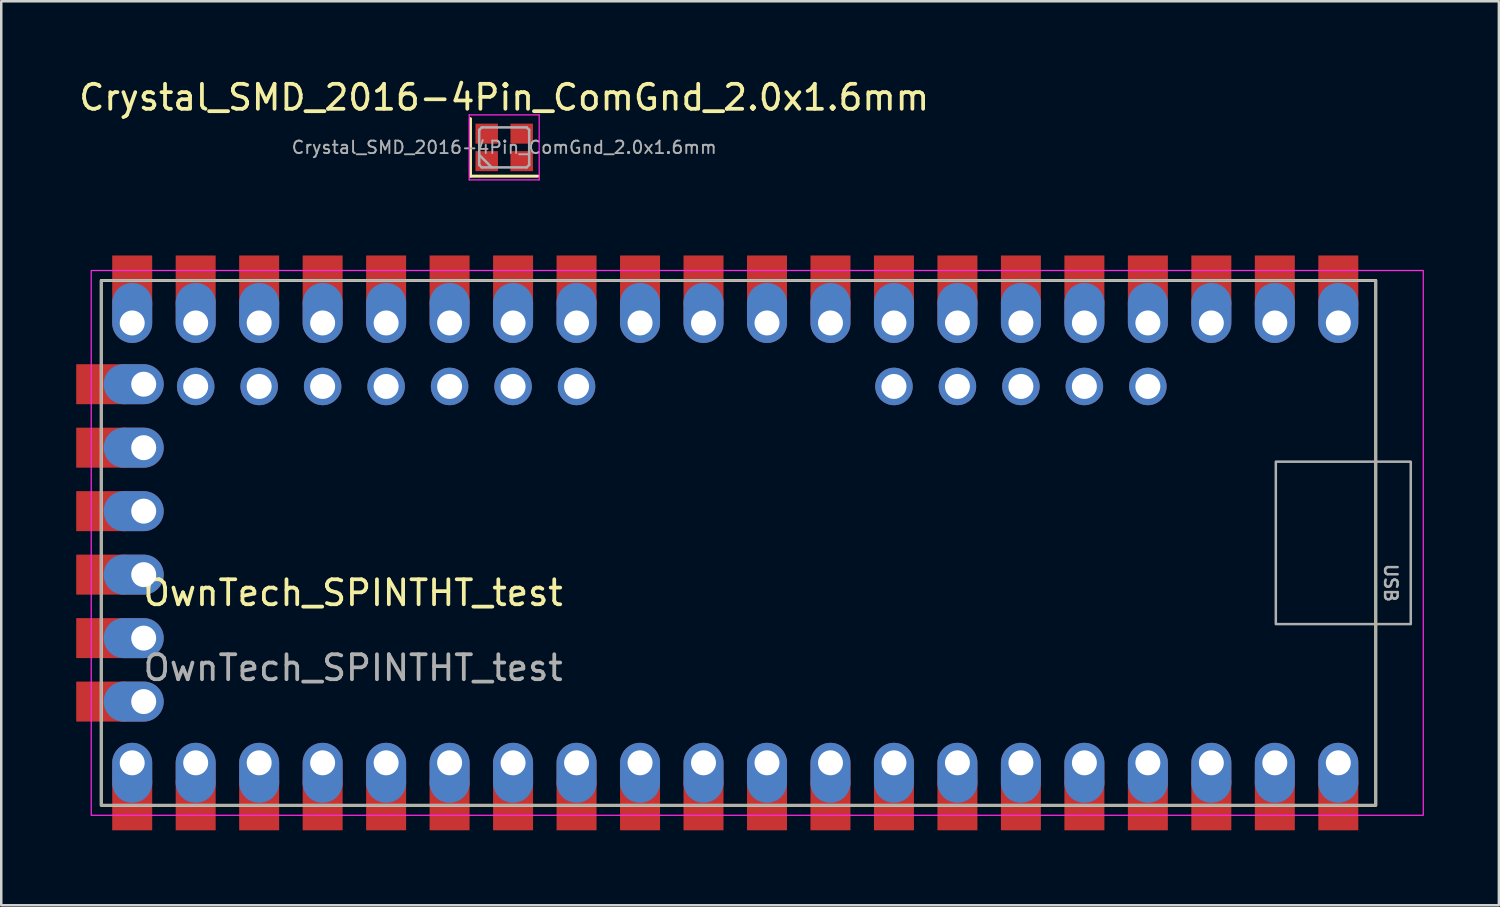
<source format=kicad_pcb>
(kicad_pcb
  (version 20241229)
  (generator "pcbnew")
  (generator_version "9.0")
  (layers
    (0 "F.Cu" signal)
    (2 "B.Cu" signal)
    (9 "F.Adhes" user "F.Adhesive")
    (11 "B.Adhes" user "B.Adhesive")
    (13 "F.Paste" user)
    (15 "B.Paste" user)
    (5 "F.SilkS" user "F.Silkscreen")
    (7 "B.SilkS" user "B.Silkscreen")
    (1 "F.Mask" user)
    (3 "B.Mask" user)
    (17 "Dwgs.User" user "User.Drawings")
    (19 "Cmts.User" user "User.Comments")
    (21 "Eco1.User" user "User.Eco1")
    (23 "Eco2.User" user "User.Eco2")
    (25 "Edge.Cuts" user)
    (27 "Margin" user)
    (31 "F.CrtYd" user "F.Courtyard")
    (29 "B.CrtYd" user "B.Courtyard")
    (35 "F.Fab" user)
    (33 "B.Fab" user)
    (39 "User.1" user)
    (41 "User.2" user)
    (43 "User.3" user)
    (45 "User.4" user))
  (footprint "OwnTech_SPINTHT_test"
    (layer "F.Cu")
    (at 1 8.173)
    (property "Reference" "OwnTech_SPINTHT_test" (at 10.08 12.5 0) (unlocked yes) (layer "F.SilkS") (effects (font (size 1 1) (thickness 0.15))))
    (attr smd)
    (fp_rect (start 0 0) (end 51 21) (stroke (width 0.12) (type solid)) (fill no) (layer "F.SilkS"))
    (fp_rect (start -0.4 -0.4) (end 52.9 21.4) (stroke (width 0.05) (type solid)) (fill no) (layer "F.CrtYd"))
    (fp_rect (start 0 0) (end 51 21) (stroke (width 0.1) (type solid)) (fill no) (layer "F.Fab"))
    (fp_rect (start 47 7.25) (end 52.4 13.75) (stroke (width 0.1) (type solid)) (fill no) (layer "F.Fab"))
    (fp_text user "${REFERENCE}" (at 10.08 15.5 0) (unlocked yes) (layer "F.Fab") (effects (font (size 1 1) (thickness 0.15))))
    (fp_text user "USB" (at 51.6 12.1 270) (unlocked yes) (layer "F.Fab") (effects (font (size 0.5 0.5) (thickness 0.1))))
    (pad "1" smd rect (at 49.5 0) (size 1.6 2) (layers "F.Cu" "F.Mask" "F.Paste"))
    (pad "1" thru_hole oval (at 49.5 1.7) (size 1.6 2.4) (drill 1 (offset 0 -0.4)) (layers "*.Cu" "*.Mask"))
    (pad "2" smd rect (at 46.96 0) (size 1.6 2) (layers "F.Cu" "F.Mask" "F.Paste"))
    (pad "2" thru_hole oval (at 46.96 1.7) (size 1.6 2.4) (drill 1 (offset 0 -0.4)) (layers "*.Cu" "*.Mask"))
    (pad "3" smd rect (at 44.42 0) (size 1.6 2) (layers "F.Cu" "F.Mask" "F.Paste"))
    (pad "3" thru_hole oval (at 44.42 1.7) (size 1.6 2.4) (drill 1 (offset 0 -0.4)) (layers "*.Cu" "*.Mask"))
    (pad "4" smd rect (at 41.88 0) (size 1.6 2) (layers "F.Cu" "F.Mask" "F.Paste"))
    (pad "4" thru_hole oval (at 41.88 1.7) (size 1.6 2.4) (drill 1 (offset 0 -0.4)) (layers "*.Cu" "*.Mask"))
    (pad "5" smd rect (at 39.34 0) (size 1.6 2) (layers "F.Cu" "F.Mask" "F.Paste"))
    (pad "5" thru_hole oval (at 39.34 1.7) (size 1.6 2.4) (drill 1 (offset 0 -0.4)) (layers "*.Cu" "*.Mask"))
    (pad "6" smd rect (at 36.8 0) (size 1.6 2) (layers "F.Cu" "F.Mask" "F.Paste"))
    (pad "6" thru_hole oval (at 36.8 1.7) (size 1.6 2.4) (drill 1 (offset 0 -0.4)) (layers "*.Cu" "*.Mask"))
    (pad "7" smd rect (at 34.26 0) (size 1.6 2) (layers "F.Cu" "F.Mask" "F.Paste"))
    (pad "7" thru_hole oval (at 34.26 1.7) (size 1.6 2.4) (drill 1 (offset 0 -0.4)) (layers "*.Cu" "*.Mask"))
    (pad "8" smd rect (at 31.72 0) (size 1.6 2) (layers "F.Cu" "F.Mask" "F.Paste"))
    (pad "8" thru_hole oval (at 31.72 1.7) (size 1.6 2.4) (drill 1 (offset 0 -0.4)) (layers "*.Cu" "*.Mask"))
    (pad "9" smd rect (at 29.18 0) (size 1.6 2) (layers "F.Cu" "F.Mask" "F.Paste"))
    (pad "9" thru_hole oval (at 29.18 1.7) (size 1.6 2.4) (drill 1 (offset 0 -0.4)) (layers "*.Cu" "*.Mask"))
    (pad "10" smd rect (at 26.64 0) (size 1.6 2) (layers "F.Cu" "F.Mask" "F.Paste"))
    (pad "10" thru_hole oval (at 26.64 1.7) (size 1.6 2.4) (drill 1 (offset 0 -0.4)) (layers "*.Cu" "*.Mask"))
    (pad "11" smd rect (at 24.1 0) (size 1.6 2) (layers "F.Cu" "F.Mask" "F.Paste"))
    (pad "11" thru_hole oval (at 24.1 1.7) (size 1.6 2.4) (drill 1 (offset 0 -0.4)) (layers "*.Cu" "*.Mask"))
    (pad "12" smd rect (at 21.56 0) (size 1.6 2) (layers "F.Cu" "F.Mask" "F.Paste"))
    (pad "12" thru_hole oval (at 21.56 1.7) (size 1.6 2.4) (drill 1 (offset 0 -0.4)) (layers "*.Cu" "*.Mask"))
    (pad "13" smd rect (at 19.02 0) (size 1.6 2) (layers "F.Cu" "F.Mask" "F.Paste"))
    (pad "13" thru_hole oval (at 19.02 1.7) (size 1.6 2.4) (drill 1 (offset 0 -0.4)) (layers "*.Cu" "*.Mask"))
    (pad "14" smd rect (at 16.48 0) (size 1.6 2) (layers "F.Cu" "F.Mask" "F.Paste"))
    (pad "14" thru_hole oval (at 16.48 1.7) (size 1.6 2.4) (drill 1 (offset 0 -0.4)) (layers "*.Cu" "*.Mask"))
    (pad "15" smd rect (at 13.94 0) (size 1.6 2) (layers "F.Cu" "F.Mask" "F.Paste"))
    (pad "15" thru_hole oval (at 13.94 1.7) (size 1.6 2.4) (drill 1 (offset 0 -0.4)) (layers "*.Cu" "*.Mask"))
    (pad "16" smd rect (at 11.4 0) (size 1.6 2) (layers "F.Cu" "F.Mask" "F.Paste"))
    (pad "16" thru_hole oval (at 11.4 1.7) (size 1.6 2.4) (drill 1 (offset 0 -0.4)) (layers "*.Cu" "*.Mask"))
    (pad "17" smd rect (at 8.86 0) (size 1.6 2) (layers "F.Cu" "F.Mask" "F.Paste"))
    (pad "17" thru_hole oval (at 8.86 1.7) (size 1.6 2.4) (drill 1 (offset 0 -0.4)) (layers "*.Cu" "*.Mask"))
    (pad "18" smd rect (at 6.32 0) (size 1.6 2) (layers "F.Cu" "F.Mask" "F.Paste"))
    (pad "18" thru_hole oval (at 6.32 1.7) (size 1.6 2.4) (drill 1 (offset 0 -0.4)) (layers "*.Cu" "*.Mask"))
    (pad "19" smd rect (at 3.78 0) (size 1.6 2) (layers "F.Cu" "F.Mask" "F.Paste"))
    (pad "19" thru_hole oval (at 3.78 1.7) (size 1.6 2.4) (drill 1 (offset 0 -0.4)) (layers "*.Cu" "*.Mask"))
    (pad "20" smd rect (at 1.24 0) (size 1.6 2) (layers "F.Cu" "F.Mask" "F.Paste"))
    (pad "20" thru_hole oval (at 1.24 1.7) (size 1.6 2.4) (drill 1 (offset 0 -0.4)) (layers "*.Cu" "*.Mask"))
    (pad "21" smd rect (at 0 4.15 90) (size 1.6 2) (layers "F.Cu" "F.Mask" "F.Paste"))
    (pad "21" thru_hole oval (at 1.7 4.15 90) (size 1.6 2.4) (drill 1 (offset 0 -0.4)) (layers "*.Cu" "*.Mask"))
    (pad "22" smd rect (at 0 6.69 90) (size 1.6 2) (layers "F.Cu" "F.Mask" "F.Paste"))
    (pad "22" thru_hole oval (at 1.7 6.69 90) (size 1.6 2.4) (drill 1 (offset 0 -0.4)) (layers "*.Cu" "*.Mask"))
    (pad "23" smd rect (at 0 9.23 90) (size 1.6 2) (layers "F.Cu" "F.Mask" "F.Paste"))
    (pad "23" thru_hole oval (at 1.7 9.23 90) (size 1.6 2.4) (drill 1 (offset 0 -0.4)) (layers "*.Cu" "*.Mask"))
    (pad "24" smd rect (at 0 11.77 90) (size 1.6 2) (layers "F.Cu" "F.Mask" "F.Paste"))
    (pad "24" thru_hole oval (at 1.7 11.77 90) (size 1.6 2.4) (drill 1 (offset 0 -0.4)) (layers "*.Cu" "*.Mask"))
    (pad "25" smd rect (at 0 14.31 90) (size 1.6 2) (layers "F.Cu" "F.Mask" "F.Paste"))
    (pad "25" thru_hole oval (at 1.7 14.31 90) (size 1.6 2.4) (drill 1 (offset 0 -0.4)) (layers "*.Cu" "*.Mask"))
    (pad "26" smd rect (at 0 16.85 90) (size 1.6 2) (layers "F.Cu" "F.Mask" "F.Paste"))
    (pad "26" thru_hole oval (at 1.7 16.85 90) (size 1.6 2.4) (drill 1 (offset 0 -0.4)) (layers "*.Cu" "*.Mask"))
    (pad "27" thru_hole oval (at 1.24 19.3 180) (size 1.6 2.4) (drill 1 (offset 0 -0.4)) (layers "*.Cu" "*.Mask"))
    (pad "27" smd rect (at 1.24 21 180) (size 1.6 2) (layers "F.Cu" "F.Mask" "F.Paste"))
    (pad "28" thru_hole oval (at 3.78 19.3 180) (size 1.6 2.4) (drill 1 (offset 0 -0.4)) (layers "*.Cu" "*.Mask"))
    (pad "28" smd rect (at 3.78 21 180) (size 1.6 2) (layers "F.Cu" "F.Mask" "F.Paste"))
    (pad "29" thru_hole oval (at 6.32 19.3 180) (size 1.6 2.4) (drill 1 (offset 0 -0.4)) (layers "*.Cu" "*.Mask"))
    (pad "29" smd rect (at 6.32 21 180) (size 1.6 2) (layers "F.Cu" "F.Mask" "F.Paste"))
    (pad "30" thru_hole oval (at 8.86 19.3 180) (size 1.6 2.4) (drill 1 (offset 0 -0.4)) (layers "*.Cu" "*.Mask"))
    (pad "30" smd rect (at 8.86 21 180) (size 1.6 2) (layers "F.Cu" "F.Mask" "F.Paste"))
    (pad "31" thru_hole oval (at 11.4 19.3 180) (size 1.6 2.4) (drill 1 (offset 0 -0.4)) (layers "*.Cu" "*.Mask"))
    (pad "31" smd rect (at 11.4 21 180) (size 1.6 2) (layers "F.Cu" "F.Mask" "F.Paste"))
    (pad "32" thru_hole oval (at 13.94 19.3 180) (size 1.6 2.4) (drill 1 (offset 0 -0.4)) (layers "*.Cu" "*.Mask"))
    (pad "32" smd rect (at 13.94 21 180) (size 1.6 2) (layers "F.Cu" "F.Mask" "F.Paste"))
    (pad "33" thru_hole oval (at 16.48 19.3 180) (size 1.6 2.4) (drill 1 (offset 0 -0.4)) (layers "*.Cu" "*.Mask"))
    (pad "33" smd rect (at 16.48 21 180) (size 1.6 2) (layers "F.Cu" "F.Mask" "F.Paste"))
    (pad "34" thru_hole oval (at 19.02 19.3 180) (size 1.6 2.4) (drill 1 (offset 0 -0.4)) (layers "*.Cu" "*.Mask"))
    (pad "34" smd rect (at 19.02 21 180) (size 1.6 2) (layers "F.Cu" "F.Mask" "F.Paste"))
    (pad "35" thru_hole oval (at 21.56 19.3 180) (size 1.6 2.4) (drill 1 (offset 0 -0.4)) (layers "*.Cu" "*.Mask"))
    (pad "35" smd rect (at 21.56 21 180) (size 1.6 2) (layers "F.Cu" "F.Mask" "F.Paste"))
    (pad "36" thru_hole oval (at 24.1 19.3 180) (size 1.6 2.4) (drill 1 (offset 0 -0.4)) (layers "*.Cu" "*.Mask"))
    (pad "36" smd rect (at 24.1 21 180) (size 1.6 2) (layers "F.Cu" "F.Mask" "F.Paste"))
    (pad "37" thru_hole oval (at 26.64 19.3 180) (size 1.6 2.4) (drill 1 (offset 0 -0.4)) (layers "*.Cu" "*.Mask"))
    (pad "37" smd rect (at 26.64 21 180) (size 1.6 2) (layers "F.Cu" "F.Mask" "F.Paste"))
    (pad "38" thru_hole oval (at 29.18 19.3 180) (size 1.6 2.4) (drill 1 (offset 0 -0.4)) (layers "*.Cu" "*.Mask"))
    (pad "38" smd rect (at 29.18 21 180) (size 1.6 2) (layers "F.Cu" "F.Mask" "F.Paste"))
    (pad "39" thru_hole oval (at 31.72 19.3 180) (size 1.6 2.4) (drill 1 (offset 0 -0.4)) (layers "*.Cu" "*.Mask"))
    (pad "39" smd rect (at 31.72 21 180) (size 1.6 2) (layers "F.Cu" "F.Mask" "F.Paste"))
    (pad "40" thru_hole oval (at 34.26 19.3 180) (size 1.6 2.4) (drill 1 (offset 0 -0.4)) (layers "*.Cu" "*.Mask"))
    (pad "40" smd rect (at 34.26 21 180) (size 1.6 2) (layers "F.Cu" "F.Mask" "F.Paste"))
    (pad "41" thru_hole oval (at 36.8 19.3 180) (size 1.6 2.4) (drill 1 (offset 0 -0.4)) (layers "*.Cu" "*.Mask"))
    (pad "41" smd rect (at 36.8 21 180) (size 1.6 2) (layers "F.Cu" "F.Mask" "F.Paste"))
    (pad "42" thru_hole oval (at 39.34 19.3 180) (size 1.6 2.4) (drill 1 (offset 0 -0.4)) (layers "*.Cu" "*.Mask"))
    (pad "42" smd rect (at 39.34 21 180) (size 1.6 2) (layers "F.Cu" "F.Mask" "F.Paste"))
    (pad "43" thru_hole oval (at 41.88 19.3 180) (size 1.6 2.4) (drill 1 (offset 0 -0.4)) (layers "*.Cu" "*.Mask"))
    (pad "43" smd rect (at 41.88 21 180) (size 1.6 2) (layers "F.Cu" "F.Mask" "F.Paste"))
    (pad "44" thru_hole oval (at 44.42 19.3 180) (size 1.6 2.4) (drill 1 (offset 0 -0.4)) (layers "*.Cu" "*.Mask"))
    (pad "44" smd rect (at 44.42 21 180) (size 1.6 2) (layers "F.Cu" "F.Mask" "F.Paste"))
    (pad "45" thru_hole oval (at 46.96 19.3 180) (size 1.6 2.4) (drill 1 (offset 0 -0.4)) (layers "*.Cu" "*.Mask"))
    (pad "45" smd rect (at 46.96 21 180) (size 1.6 2) (layers "F.Cu" "F.Mask" "F.Paste"))
    (pad "46" thru_hole oval (at 49.5 19.3 180) (size 1.6 2.4) (drill 1 (offset 0 -0.4)) (layers "*.Cu" "*.Mask"))
    (pad "46" smd rect (at 49.5 21 180) (size 1.6 2) (layers "F.Cu" "F.Mask" "F.Paste"))
    (pad "47" thru_hole circle (at 41.88 4.24 270) (size 1.5 1.5) (drill 1) (layers "*.Cu" "*.Mask"))
    (pad "48" thru_hole circle (at 39.34 4.24 270) (size 1.5 1.5) (drill 1) (layers "*.Cu" "*.Mask"))
    (pad "49" thru_hole circle (at 36.8 4.24 270) (size 1.5 1.5) (drill 1) (layers "*.Cu" "*.Mask"))
    (pad "50" thru_hole circle (at 34.26 4.24 270) (size 1.5 1.5) (drill 1) (layers "*.Cu" "*.Mask"))
    (pad "51" thru_hole circle (at 31.72 4.24 270) (size 1.5 1.5) (drill 1) (layers "*.Cu" "*.Mask"))
    (pad "52" thru_hole circle (at 19.02 4.24 270) (size 1.5 1.5) (drill 1) (layers "*.Cu" "*.Mask"))
    (pad "53" thru_hole circle (at 16.48 4.24 270) (size 1.5 1.5) (drill 1) (layers "*.Cu" "*.Mask"))
    (pad "54" thru_hole circle (at 13.94 4.24 270) (size 1.5 1.5) (drill 1) (layers "*.Cu" "*.Mask"))
    (pad "55" thru_hole circle (at 11.4 4.24 270) (size 1.5 1.5) (drill 1) (layers "*.Cu" "*.Mask"))
    (pad "56" thru_hole circle (at 8.86 4.24 270) (size 1.5 1.5) (drill 1) (layers "*.Cu" "*.Mask"))
    (pad "57" thru_hole circle (at 6.32 4.24 270) (size 1.5 1.5) (drill 1) (layers "*.Cu" "*.Mask"))
    (pad "58" thru_hole circle (at 3.78 4.24 270) (size 1.5 1.5) (drill 1) (layers "*.Cu" "*.Mask")))
  (footprint "Crystal_SMD_2016-4Pin_ComGnd_2.0x1.6mm"
    (layer "F.Cu")
    (at 17.125 2.848)
    (property "Reference" "Crystal_SMD_2016-4Pin_ComGnd_2.0x1.6mm" (at 0 -2 0) (layer "F.SilkS") (effects (font (size 1 1) (thickness 0.15))))
    (attr smd)
    (fp_line (start -1.35 -1.15) (end -1.35 1.15) (stroke (width 0.12) (type solid)) (layer "F.SilkS"))
    (fp_line (start -1.35 1.15) (end 1.35 1.15) (stroke (width 0.12) (type solid)) (layer "F.SilkS"))
    (fp_line (start -1.4 -1.3) (end -1.4 1.3) (stroke (width 0.05) (type solid)) (layer "F.CrtYd"))
    (fp_line (start -1.4 1.3) (end 1.4 1.3) (stroke (width 0.05) (type solid)) (layer "F.CrtYd"))
    (fp_line (start 1.4 -1.3) (end -1.4 -1.3) (stroke (width 0.05) (type solid)) (layer "F.CrtYd"))
    (fp_line (start 1.4 1.3) (end 1.4 -1.3) (stroke (width 0.05) (type solid)) (layer "F.CrtYd"))
    (fp_line (start -1 -0.7) (end -0.9 -0.8) (stroke (width 0.1) (type solid)) (layer "F.Fab"))
    (fp_line (start -1 0.3) (end -0.5 0.8) (stroke (width 0.1) (type solid)) (layer "F.Fab"))
    (fp_line (start -1 0.7) (end -1 -0.7) (stroke (width 0.1) (type solid)) (layer "F.Fab"))
    (fp_line (start -0.9 -0.8) (end 0.9 -0.8) (stroke (width 0.1) (type solid)) (layer "F.Fab"))
    (fp_line (start -0.9 0.8) (end -1 0.7) (stroke (width 0.1) (type solid)) (layer "F.Fab"))
    (fp_line (start 0.9 -0.8) (end 1 -0.7) (stroke (width 0.1) (type solid)) (layer "F.Fab"))
    (fp_line (start 0.9 0.8) (end -0.9 0.8) (stroke (width 0.1) (type solid)) (layer "F.Fab"))
    (fp_line (start 1 -0.7) (end 1 0.7) (stroke (width 0.1) (type solid)) (layer "F.Fab"))
    (fp_line (start 1 0.7) (end 0.9 0.8) (stroke (width 0.1) (type solid)) (layer "F.Fab"))
    (fp_text user "${REFERENCE}" (at 0 0 0) (layer "F.Fab") (effects (font (size 0.5 0.5) (thickness 0.075))))
    (pad "1" smd rect (at -0.7 0.55) (size 0.9 0.8) (layers "F.Cu" "F.Mask" "F.Paste"))
    (pad "2" smd rect (at 0.7 -0.55) (size 0.9 0.8) (layers "F.Cu" "F.Mask" "F.Paste"))
    (pad "3" smd rect (at -0.7 -0.55) (size 0.9 0.8) (layers "F.Cu" "F.Mask" "F.Paste"))
    (pad "3" smd rect (at 0.7 0.55) (size 0.9 0.8) (layers "F.Cu" "F.Mask" "F.Paste")))
  (gr_rect
    (start -3 -3)
    (end 56.925 33.173)
    (stroke (width 0.1) (type default))
    (fill no)
    (layer "Edge.Cuts")))
</source>
